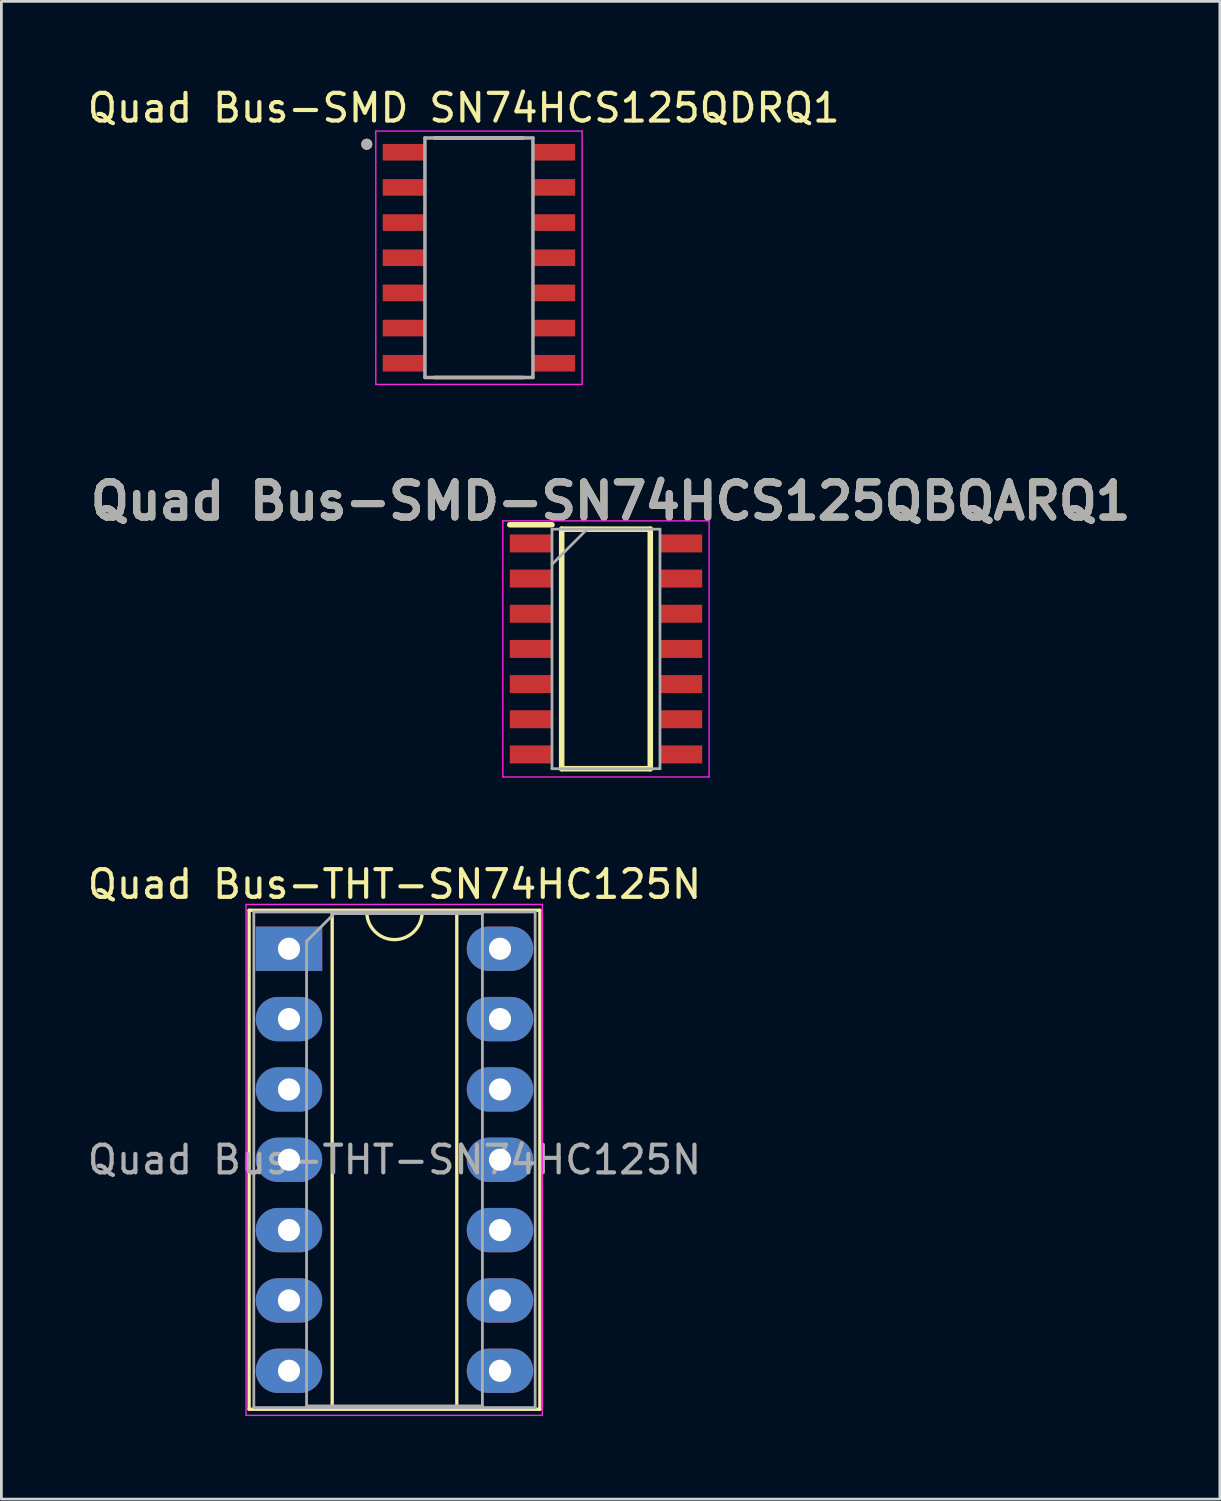
<source format=kicad_pcb>
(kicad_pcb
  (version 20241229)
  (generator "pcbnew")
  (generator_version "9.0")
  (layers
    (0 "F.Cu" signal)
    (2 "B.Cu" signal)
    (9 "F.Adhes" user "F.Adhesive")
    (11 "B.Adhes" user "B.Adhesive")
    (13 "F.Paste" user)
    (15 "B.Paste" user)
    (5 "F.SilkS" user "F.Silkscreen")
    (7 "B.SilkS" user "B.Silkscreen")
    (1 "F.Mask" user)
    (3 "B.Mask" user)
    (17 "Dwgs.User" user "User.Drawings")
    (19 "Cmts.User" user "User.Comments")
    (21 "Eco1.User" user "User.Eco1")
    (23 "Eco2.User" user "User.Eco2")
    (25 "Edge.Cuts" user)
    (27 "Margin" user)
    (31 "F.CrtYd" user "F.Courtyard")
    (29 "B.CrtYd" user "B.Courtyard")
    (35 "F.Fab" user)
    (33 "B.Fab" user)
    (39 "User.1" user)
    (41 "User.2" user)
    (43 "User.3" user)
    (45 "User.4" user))
  (footprint "Quad Bus-SMD-SN74HCS125QBQARQ1"
    (layer "F.Cu")
    (at 18.834 20.385)
    (property "Reference" "Quad Bus-SMD-SN74HCS125QBQARQ1" (at 0.168 -5.338 0) (layer "F.SilkS") (effects (font (size 1.27 1.27) (thickness 0.254))))
    (attr smd)
    (fp_line (start -3.475 -4.485) (end -1.95 -4.485) (stroke (width 0.2) (type solid)) (layer "F.SilkS"))
    (fp_line (start -1.6 -4.325) (end 1.6 -4.325) (stroke (width 0.2) (type solid)) (layer "F.SilkS"))
    (fp_line (start -1.6 4.325) (end -1.6 -4.325) (stroke (width 0.2) (type solid)) (layer "F.SilkS"))
    (fp_line (start 1.6 -4.325) (end 1.6 4.325) (stroke (width 0.2) (type solid)) (layer "F.SilkS"))
    (fp_line (start 1.6 4.325) (end -1.6 4.325) (stroke (width 0.2) (type solid)) (layer "F.SilkS"))
    (fp_line (start -3.725 -4.625) (end 3.725 -4.625) (stroke (width 0.05) (type solid)) (layer "F.CrtYd"))
    (fp_line (start -3.725 4.625) (end -3.725 -4.625) (stroke (width 0.05) (type solid)) (layer "F.CrtYd"))
    (fp_line (start 3.725 -4.625) (end 3.725 4.625) (stroke (width 0.05) (type solid)) (layer "F.CrtYd"))
    (fp_line (start 3.725 4.625) (end -3.725 4.625) (stroke (width 0.05) (type solid)) (layer "F.CrtYd"))
    (fp_line (start -1.95 -4.325) (end 1.95 -4.325) (stroke (width 0.1) (type solid)) (layer "F.Fab"))
    (fp_line (start -1.95 -3.055) (end -0.68 -4.325) (stroke (width 0.1) (type solid)) (layer "F.Fab"))
    (fp_line (start -1.95 4.325) (end -1.95 -4.325) (stroke (width 0.1) (type solid)) (layer "F.Fab"))
    (fp_line (start 1.95 -4.325) (end 1.95 4.325) (stroke (width 0.1) (type solid)) (layer "F.Fab"))
    (fp_line (start 1.95 4.325) (end -1.95 4.325) (stroke (width 0.1) (type solid)) (layer "F.Fab"))
    (fp_text user "${REFERENCE}" (at 0.168 -5.338 0) (layer "F.Fab") (effects (font (size 1.27 1.27) (thickness 0.254))))
    (pad "1" smd rect (at -2.712 -3.81 90) (size 0.65 1.525) (layers "F.Cu" "F.Mask" "F.Paste"))
    (pad "2" smd rect (at -2.712 -2.54 90) (size 0.65 1.525) (layers "F.Cu" "F.Mask" "F.Paste"))
    (pad "3" smd rect (at -2.712 -1.27 90) (size 0.65 1.525) (layers "F.Cu" "F.Mask" "F.Paste"))
    (pad "4" smd rect (at -2.712 0 90) (size 0.65 1.525) (layers "F.Cu" "F.Mask" "F.Paste"))
    (pad "5" smd rect (at -2.712 1.27 90) (size 0.65 1.525) (layers "F.Cu" "F.Mask" "F.Paste"))
    (pad "6" smd rect (at -2.712 2.54 90) (size 0.65 1.525) (layers "F.Cu" "F.Mask" "F.Paste"))
    (pad "7" smd rect (at -2.712 3.81 90) (size 0.65 1.525) (layers "F.Cu" "F.Mask" "F.Paste"))
    (pad "8" smd rect (at 2.712 3.81 90) (size 0.65 1.525) (layers "F.Cu" "F.Mask" "F.Paste"))
    (pad "9" smd rect (at 2.712 2.54 90) (size 0.65 1.525) (layers "F.Cu" "F.Mask" "F.Paste"))
    (pad "10" smd rect (at 2.712 1.27 90) (size 0.65 1.525) (layers "F.Cu" "F.Mask" "F.Paste"))
    (pad "11" smd rect (at 2.712 0 90) (size 0.65 1.525) (layers "F.Cu" "F.Mask" "F.Paste"))
    (pad "12" smd rect (at 2.712 -1.27 90) (size 0.65 1.525) (layers "F.Cu" "F.Mask" "F.Paste"))
    (pad "13" smd rect (at 2.712 -2.54 90) (size 0.65 1.525) (layers "F.Cu" "F.Mask" "F.Paste"))
    (pad "14" smd rect (at 2.712 -3.81 90) (size 0.65 1.525) (layers "F.Cu" "F.Mask" "F.Paste")))
  (footprint "Quad Bus-SMD SN74HCS125QDRQ1"
    (layer "F.Cu")
    (at 14.246 6.258)
    (property "Reference" "Quad Bus-SMD SN74HCS125QDRQ1" (at -0.55 -5.41 0) (layer "F.SilkS") (effects (font (size 1 1) (thickness 0.15))))
    (attr smd)
    (fp_line (start -1.605 -4.325) (end 1.605 -4.325) (stroke (width 0.127) (type solid)) (layer "F.SilkS"))
    (fp_line (start -1.605 4.325) (end 1.605 4.325) (stroke (width 0.127) (type solid)) (layer "F.SilkS"))
    (fp_circle (center -4.05 -4.1) (end -3.95 -4.1) (stroke (width 0.2) (type solid)) (fill no) (layer "F.SilkS"))
    (fp_poly (pts (xy -3.45 -4.085) (xy -1.95 -4.085) (xy -1.95 -3.535) (xy -3.45 -3.535)) (stroke (width 0.01) (type solid)) (fill yes) (layer "F.Paste"))
    (fp_poly (pts (xy -3.45 -2.815) (xy -1.95 -2.815) (xy -1.95 -2.265) (xy -3.45 -2.265)) (stroke (width 0.01) (type solid)) (fill yes) (layer "F.Paste"))
    (fp_poly (pts (xy -3.45 -1.545) (xy -1.95 -1.545) (xy -1.95 -0.995) (xy -3.45 -0.995)) (stroke (width 0.01) (type solid)) (fill yes) (layer "F.Paste"))
    (fp_poly (pts (xy -3.45 -0.275) (xy -1.95 -0.275) (xy -1.95 0.275) (xy -3.45 0.275)) (stroke (width 0.01) (type solid)) (fill yes) (layer "F.Paste"))
    (fp_poly (pts (xy -3.45 0.995) (xy -1.95 0.995) (xy -1.95 1.545) (xy -3.45 1.545)) (stroke (width 0.01) (type solid)) (fill yes) (layer "F.Paste"))
    (fp_poly (pts (xy -3.45 2.265) (xy -1.95 2.265) (xy -1.95 2.815) (xy -3.45 2.815)) (stroke (width 0.01) (type solid)) (fill yes) (layer "F.Paste"))
    (fp_poly (pts (xy -3.45 3.535) (xy -1.95 3.535) (xy -1.95 4.085) (xy -3.45 4.085)) (stroke (width 0.01) (type solid)) (fill yes) (layer "F.Paste"))
    (fp_poly (pts (xy 1.95 -4.085) (xy 3.45 -4.085) (xy 3.45 -3.535) (xy 1.95 -3.535)) (stroke (width 0.01) (type solid)) (fill yes) (layer "F.Paste"))
    (fp_poly (pts (xy 1.95 -2.815) (xy 3.45 -2.815) (xy 3.45 -2.265) (xy 1.95 -2.265)) (stroke (width 0.01) (type solid)) (fill yes) (layer "F.Paste"))
    (fp_poly (pts (xy 1.95 -1.545) (xy 3.45 -1.545) (xy 3.45 -0.995) (xy 1.95 -0.995)) (stroke (width 0.01) (type solid)) (fill yes) (layer "F.Paste"))
    (fp_poly (pts (xy 1.95 -0.275) (xy 3.45 -0.275) (xy 3.45 0.275) (xy 1.95 0.275)) (stroke (width 0.01) (type solid)) (fill yes) (layer "F.Paste"))
    (fp_poly (pts (xy 1.95 0.995) (xy 3.45 0.995) (xy 3.45 1.545) (xy 1.95 1.545)) (stroke (width 0.01) (type solid)) (fill yes) (layer "F.Paste"))
    (fp_poly (pts (xy 1.95 2.265) (xy 3.45 2.265) (xy 3.45 2.815) (xy 1.95 2.815)) (stroke (width 0.01) (type solid)) (fill yes) (layer "F.Paste"))
    (fp_poly (pts (xy 1.95 3.535) (xy 3.45 3.535) (xy 3.45 4.085) (xy 1.95 4.085)) (stroke (width 0.01) (type solid)) (fill yes) (layer "F.Paste"))
    (fp_line (start -3.725 -4.575) (end -3.725 4.575) (stroke (width 0.05) (type solid)) (layer "F.CrtYd"))
    (fp_line (start -3.725 4.575) (end 3.725 4.575) (stroke (width 0.05) (type solid)) (layer "F.CrtYd"))
    (fp_line (start 3.725 -4.575) (end -3.725 -4.575) (stroke (width 0.05) (type solid)) (layer "F.CrtYd"))
    (fp_line (start 3.725 4.575) (end 3.725 -4.575) (stroke (width 0.05) (type solid)) (layer "F.CrtYd"))
    (fp_line (start -1.95 -4.325) (end 1.95 -4.325) (stroke (width 0.127) (type solid)) (layer "F.Fab"))
    (fp_line (start -1.95 4.325) (end -1.95 -4.325) (stroke (width 0.127) (type solid)) (layer "F.Fab"))
    (fp_line (start 1.95 -4.325) (end 1.95 4.325) (stroke (width 0.127) (type solid)) (layer "F.Fab"))
    (fp_line (start 1.95 4.325) (end -1.95 4.325) (stroke (width 0.127) (type solid)) (layer "F.Fab"))
    (fp_circle (center -4.05 -4.1) (end -3.95 -4.1) (stroke (width 0.2) (type solid)) (fill no) (layer "F.Fab"))
    (pad "1" smd rect (at -2.7 -3.81) (size 1.55 0.6) (layers "F.Cu" "F.Mask"))
    (pad "2" smd rect (at -2.7 -2.54) (size 1.55 0.6) (layers "F.Cu" "F.Mask"))
    (pad "3" smd rect (at -2.7 -1.27) (size 1.55 0.6) (layers "F.Cu" "F.Mask"))
    (pad "4" smd rect (at -2.7 0) (size 1.55 0.6) (layers "F.Cu" "F.Mask"))
    (pad "5" smd rect (at -2.7 1.27) (size 1.55 0.6) (layers "F.Cu" "F.Mask"))
    (pad "6" smd rect (at -2.7 2.54) (size 1.55 0.6) (layers "F.Cu" "F.Mask"))
    (pad "7" smd rect (at -2.7 3.81) (size 1.55 0.6) (layers "F.Cu" "F.Mask"))
    (pad "8" smd rect (at 2.7 3.81) (size 1.55 0.6) (layers "F.Cu" "F.Mask"))
    (pad "9" smd rect (at 2.7 2.54) (size 1.55 0.6) (layers "F.Cu" "F.Mask"))
    (pad "10" smd rect (at 2.7 1.27) (size 1.55 0.6) (layers "F.Cu" "F.Mask"))
    (pad "11" smd rect (at 2.7 0) (size 1.55 0.6) (layers "F.Cu" "F.Mask"))
    (pad "12" smd rect (at 2.7 -1.27) (size 1.55 0.6) (layers "F.Cu" "F.Mask"))
    (pad "13" smd rect (at 2.7 -2.54) (size 1.55 0.6) (layers "F.Cu" "F.Mask"))
    (pad "14" smd rect (at 2.7 -3.81) (size 1.55 0.6) (layers "F.Cu" "F.Mask")))
  (footprint "Quad Bus-THT-SN74HC125N"
    (layer "F.Cu")
    (at 7.386 31.213)
    (property "Reference" "Quad Bus-THT-SN74HC125N" (at 3.81 -2.33 0) (layer "F.SilkS") (effects (font (size 1 1) (thickness 0.15))))
    (attr through_hole)
    (fp_line (start -1.44 -1.39) (end -1.44 16.63) (stroke (width 0.12) (type solid)) (layer "F.SilkS"))
    (fp_line (start -1.44 16.63) (end 9.06 16.63) (stroke (width 0.12) (type solid)) (layer "F.SilkS"))
    (fp_line (start 1.56 -1.33) (end 1.56 16.57) (stroke (width 0.12) (type solid)) (layer "F.SilkS"))
    (fp_line (start 1.56 16.57) (end 6.06 16.57) (stroke (width 0.12) (type solid)) (layer "F.SilkS"))
    (fp_line (start 2.81 -1.33) (end 1.56 -1.33) (stroke (width 0.12) (type solid)) (layer "F.SilkS"))
    (fp_line (start 6.06 -1.33) (end 4.81 -1.33) (stroke (width 0.12) (type solid)) (layer "F.SilkS"))
    (fp_line (start 6.06 16.57) (end 6.06 -1.33) (stroke (width 0.12) (type solid)) (layer "F.SilkS"))
    (fp_line (start 9.06 -1.39) (end -1.44 -1.39) (stroke (width 0.12) (type solid)) (layer "F.SilkS"))
    (fp_line (start 9.06 16.63) (end 9.06 -1.39) (stroke (width 0.12) (type solid)) (layer "F.SilkS"))
    (fp_arc (start 4.81 -1.33) (mid 3.81 -0.33) (end 2.81 -1.33) (stroke (width 0.12) (type solid)) (layer "F.SilkS"))
    (fp_line (start -1.55 -1.6) (end -1.55 16.85) (stroke (width 0.05) (type solid)) (layer "F.CrtYd"))
    (fp_line (start -1.55 16.85) (end 9.15 16.85) (stroke (width 0.05) (type solid)) (layer "F.CrtYd"))
    (fp_line (start 9.15 -1.6) (end -1.55 -1.6) (stroke (width 0.05) (type solid)) (layer "F.CrtYd"))
    (fp_line (start 9.15 16.85) (end 9.15 -1.6) (stroke (width 0.05) (type solid)) (layer "F.CrtYd"))
    (fp_line (start -1.27 -1.33) (end -1.27 16.57) (stroke (width 0.1) (type solid)) (layer "F.Fab"))
    (fp_line (start -1.27 16.57) (end 8.89 16.57) (stroke (width 0.1) (type solid)) (layer "F.Fab"))
    (fp_line (start 0.635 -0.27) (end 1.635 -1.27) (stroke (width 0.1) (type solid)) (layer "F.Fab"))
    (fp_line (start 0.635 16.51) (end 0.635 -0.27) (stroke (width 0.1) (type solid)) (layer "F.Fab"))
    (fp_line (start 1.635 -1.27) (end 6.985 -1.27) (stroke (width 0.1) (type solid)) (layer "F.Fab"))
    (fp_line (start 6.985 -1.27) (end 6.985 16.51) (stroke (width 0.1) (type solid)) (layer "F.Fab"))
    (fp_line (start 6.985 16.51) (end 0.635 16.51) (stroke (width 0.1) (type solid)) (layer "F.Fab"))
    (fp_line (start 8.89 -1.33) (end -1.27 -1.33) (stroke (width 0.1) (type solid)) (layer "F.Fab"))
    (fp_line (start 8.89 16.57) (end 8.89 -1.33) (stroke (width 0.1) (type solid)) (layer "F.Fab"))
    (fp_text user "${REFERENCE}" (at 3.81 7.62 0) (layer "F.Fab") (effects (font (size 1 1) (thickness 0.15))))
    (pad "1" thru_hole rect (at 0 0) (size 2.4 1.6) (drill 0.8) (layers "*.Cu" "*.Mask"))
    (pad "2" thru_hole oval (at 0 2.54) (size 2.4 1.6) (drill 0.8) (layers "*.Cu" "*.Mask"))
    (pad "3" thru_hole oval (at 0 5.08) (size 2.4 1.6) (drill 0.8) (layers "*.Cu" "*.Mask"))
    (pad "4" thru_hole oval (at 0 7.62) (size 2.4 1.6) (drill 0.8) (layers "*.Cu" "*.Mask"))
    (pad "5" thru_hole oval (at 0 10.16) (size 2.4 1.6) (drill 0.8) (layers "*.Cu" "*.Mask"))
    (pad "6" thru_hole oval (at 0 12.7) (size 2.4 1.6) (drill 0.8) (layers "*.Cu" "*.Mask"))
    (pad "7" thru_hole oval (at 0 15.24) (size 2.4 1.6) (drill 0.8) (layers "*.Cu" "*.Mask"))
    (pad "8" thru_hole oval (at 7.62 15.24) (size 2.4 1.6) (drill 0.8) (layers "*.Cu" "*.Mask"))
    (pad "9" thru_hole oval (at 7.62 12.7) (size 2.4 1.6) (drill 0.8) (layers "*.Cu" "*.Mask"))
    (pad "10" thru_hole oval (at 7.62 10.16) (size 2.4 1.6) (drill 0.8) (layers "*.Cu" "*.Mask"))
    (pad "11" thru_hole oval (at 7.62 7.62) (size 2.4 1.6) (drill 0.8) (layers "*.Cu" "*.Mask"))
    (pad "12" thru_hole oval (at 7.62 5.08) (size 2.4 1.6) (drill 0.8) (layers "*.Cu" "*.Mask"))
    (pad "13" thru_hole oval (at 7.62 2.54) (size 2.4 1.6) (drill 0.8) (layers "*.Cu" "*.Mask"))
    (pad "14" thru_hole oval (at 7.62 0) (size 2.4 1.6) (drill 0.8) (layers "*.Cu" "*.Mask")))
  (gr_rect
    (start -3 -3)
    (end 41.003 51.088)
    (stroke (width 0.1) (type default))
    (fill no)
    (layer "Edge.Cuts")))
</source>
